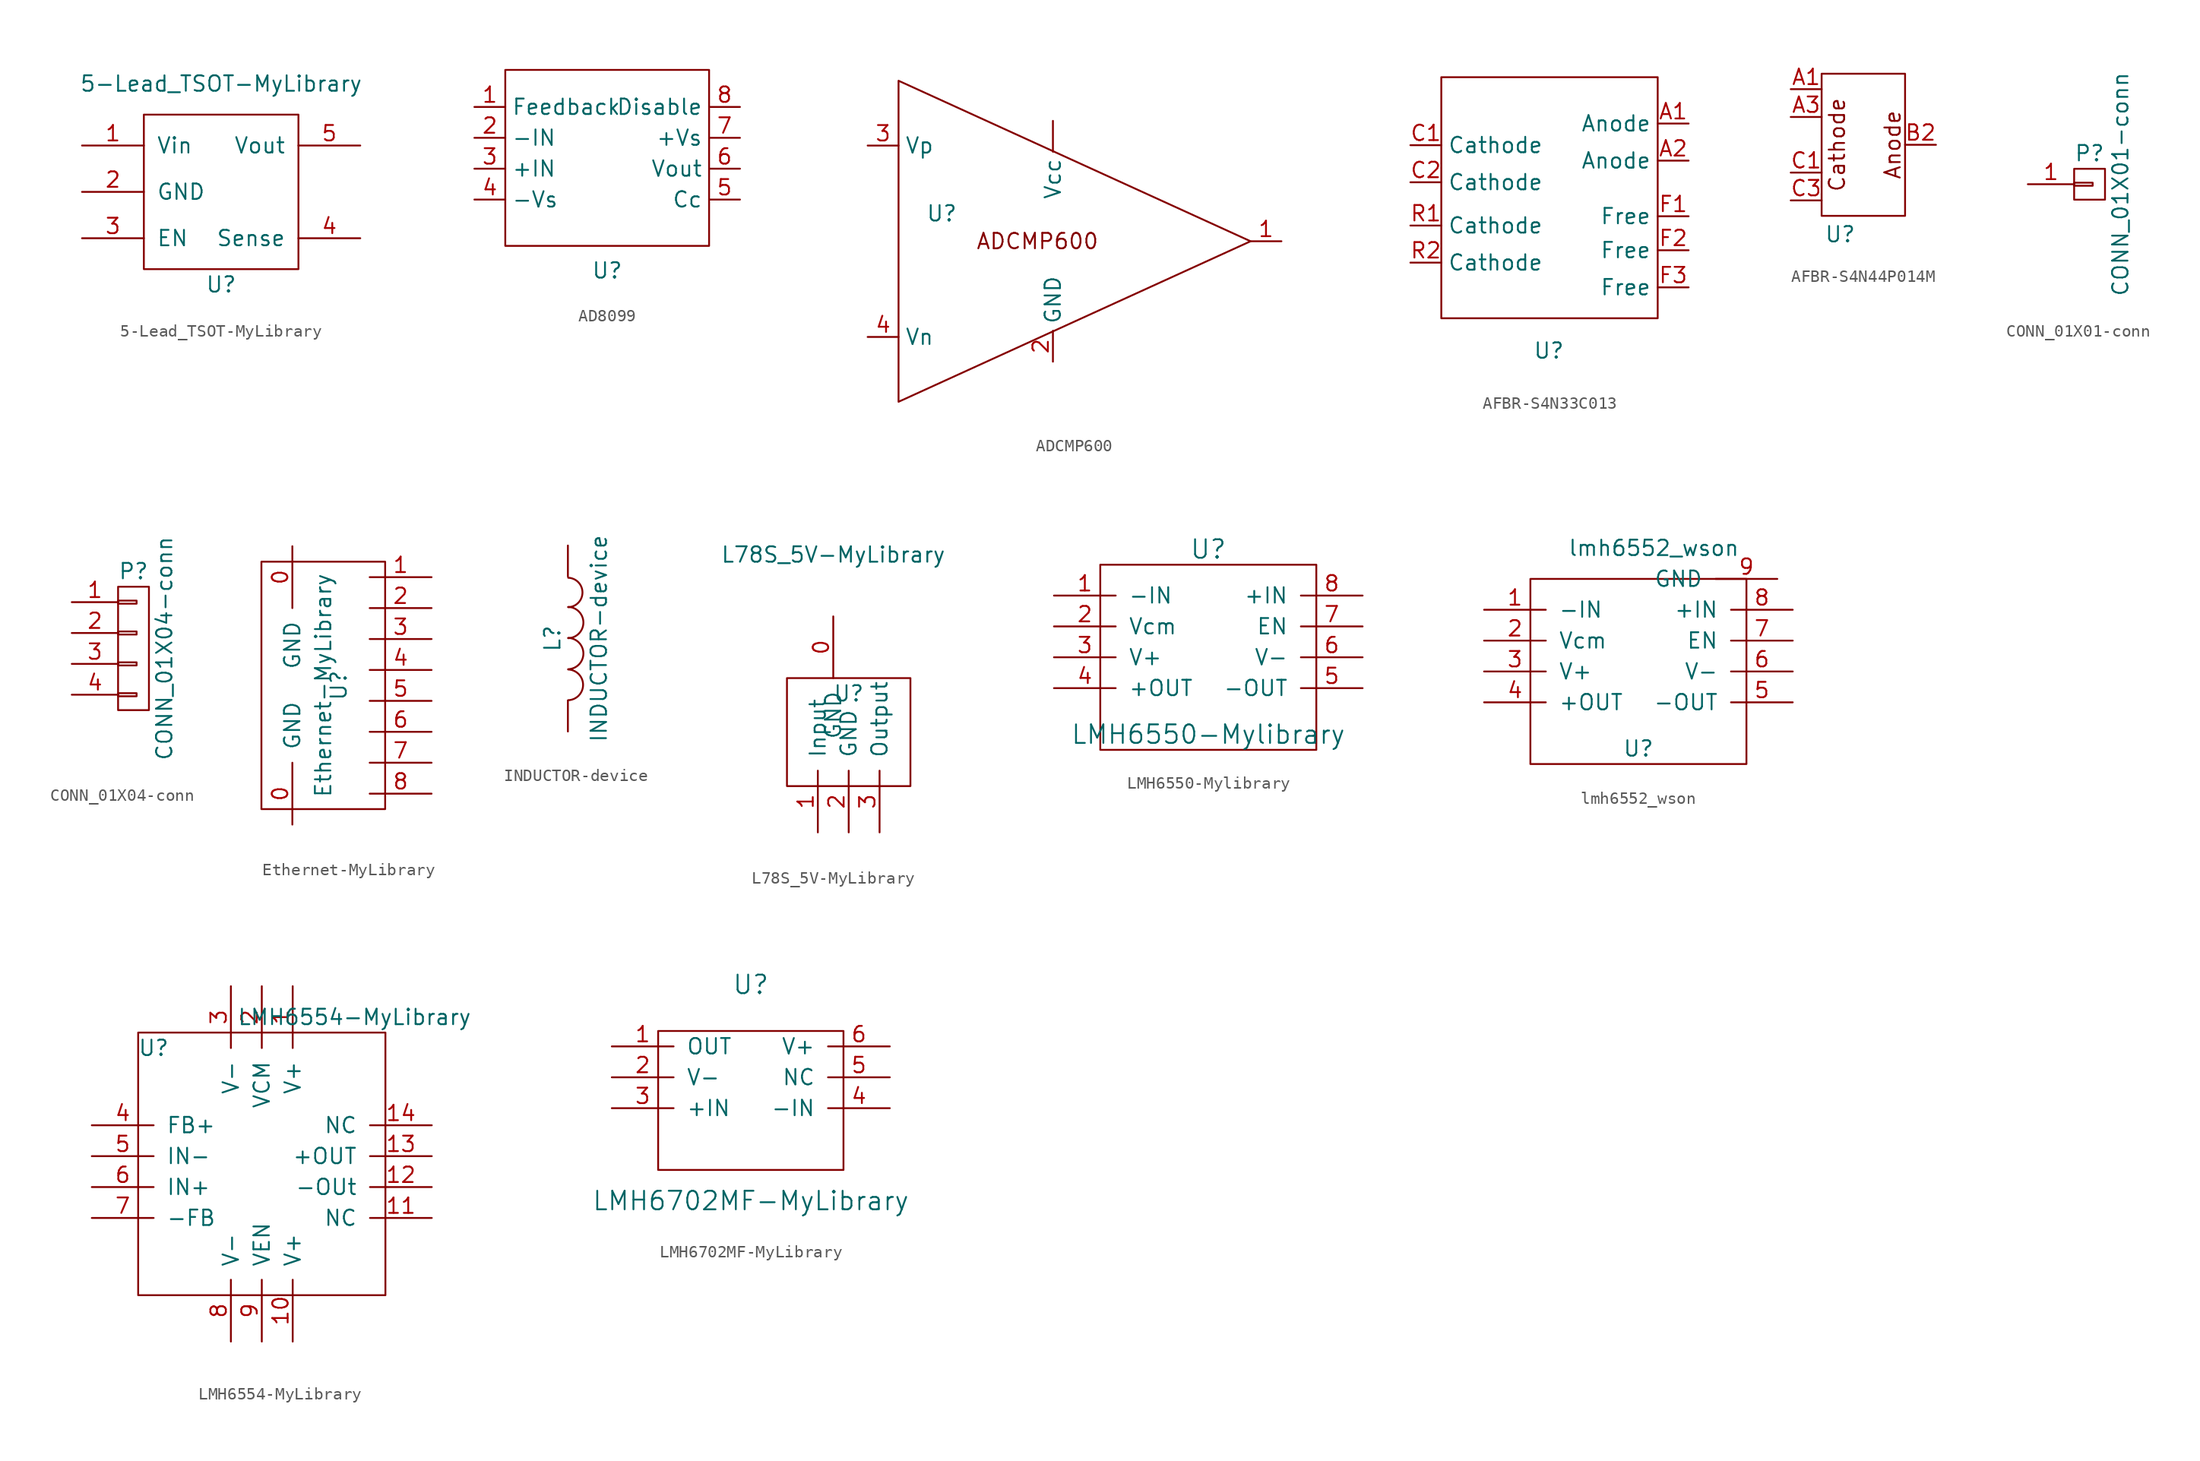
<source format=kicad_sym>
(kicad_symbol_lib
  (version 20220914)
  (generator kicad_symbol_editor)
  (symbol "5-Lead_TSOT-MyLibrary"
    (pin_names
      (offset 1.016))
    (property "Reference" "U"
      (at 0 -3.81 0)
      (effects (font (size 1.27 1.27))))
    (property "Value" "5-Lead_TSOT-MyLibrary"
      (at 0 12.7 0)
      (effects (font (size 1.27 1.27))))
    (symbol "5-Lead_TSOT-MyLibrary_0_1"
      (rectangle (start -6.35 10.16) (end 6.35 -2.54) (stroke (width 0) (type solid)) (fill (type none))))
    (symbol "5-Lead_TSOT-MyLibrary_1_1"
      (pin input line (at -11.43 7.62 0) (length 5.08) (name "Vin" (effects (font (size 1.27 1.27)))) (number "1" (effects (font (size 1.27 1.27)))))
      (pin input line (at -11.43 3.81 0) (length 5.08) (name "GND" (effects (font (size 1.27 1.27)))) (number "2" (effects (font (size 1.27 1.27)))))
      (pin input line (at -11.43 0 0) (length 5.08) (name "EN" (effects (font (size 1.27 1.27)))) (number "3" (effects (font (size 1.27 1.27)))))
      (pin input line (at 11.43 0 180) (length 5.08) (name "Sense" (effects (font (size 1.27 1.27)))) (number "4" (effects (font (size 1.27 1.27)))))
      (pin input line (at 11.43 7.62 180) (length 5.08) (name "Vout" (effects (font (size 1.27 1.27)))) (number "5" (effects (font (size 1.27 1.27)))))))
  (symbol "AD8099"
    (property "Reference" "U"
      (at 0 -4.826 0)
      (effects (font (size 1.27 1.27))))
    (property "Value" ""
      (at 0 0 0)
      (effects (font (size 1.27 1.27))))
    (symbol "AD8099_0_1"
      (rectangle (start -8.382 11.684) (end 8.382 -2.794) (stroke (width 0) (type default)) (fill (type none))))
    (symbol "AD8099_1_0"
      (pin input line (at -10.922 1.016 0) (length 2.54) (name "-Vs" (effects (font (size 1.27 1.27)))) (number "4" (effects (font (size 1.27 1.27)))))
      (pin input line (at 10.922 1.016 180) (length 2.54) (name "Cc" (effects (font (size 1.27 1.27)))) (number "5" (effects (font (size 1.27 1.27)))))
      (pin input line (at 10.922 3.556 180) (length 2.54) (name "Vout" (effects (font (size 1.27 1.27)))) (number "6" (effects (font (size 1.27 1.27)))))
      (pin input line (at 10.922 6.096 180) (length 2.54) (name "+Vs" (effects (font (size 1.27 1.27)))) (number "7" (effects (font (size 1.27 1.27)))))
      (pin input line (at 10.922 8.636 180) (length 2.54) (name "Disable" (effects (font (size 1.27 1.27)))) (number "8" (effects (font (size 1.27 1.27))))))
    (symbol "AD8099_1_1"
      (pin input line (at -10.922 8.636 0) (length 2.54) (name "Feedback" (effects (font (size 1.27 1.27)))) (number "1" (effects (font (size 1.27 1.27)))))
      (pin input line (at -10.922 6.096 0) (length 2.54) (name "-IN" (effects (font (size 1.27 1.27)))) (number "2" (effects (font (size 1.27 1.27)))))
      (pin input line (at -10.922 3.556 0) (length 2.54) (name "+IN" (effects (font (size 1.27 1.27)))) (number "3" (effects (font (size 1.27 1.27)))))))
  (symbol "ADCMP600"
    (property "Reference" "U"
      (at -9.144 2.286 0)
      (effects (font (size 1.27 1.27))))
    (property "Value" ""
      (at 0 0 0)
      (effects (font (size 1.27 1.27))))
    (symbol "ADCMP600_0_1"
      (polyline (pts (xy -12.7 -13.208) (xy -12.7 13.208) (xy 16.256 0) (xy -12.7 -13.208) (xy -12.7 -13.208)) (stroke (width 0) (type default)) (fill (type none))))
    (symbol "ADCMP600_1_1"
      (text "ADCMP600" (at -1.27 0 0) (effects (font (size 1.27 1.27))))
      (pin input line (at 0 9.906 270) (length 2.54) (name "Vcc" (effects (font (size 1.27 1.27)))) (number "" (effects (font (size 1.27 1.27)))))
      (pin output line (at 18.796 0 180) (length 2.54) (name "" (effects (font (size 1.27 1.27)))) (number "1" (effects (font (size 1.27 1.27)))))
      (pin input line (at 0 -9.906 90) (length 2.54) (name "GND" (effects (font (size 1.27 1.27)))) (number "2" (effects (font (size 1.27 1.27)))))
      (pin input line (at -15.24 7.874 0) (length 2.54) (name "Vp" (effects (font (size 1.27 1.27)))) (number "3" (effects (font (size 1.27 1.27)))))
      (pin input line (at -15.24 -7.874 0) (length 2.54) (name "Vn" (effects (font (size 1.27 1.27)))) (number "4" (effects (font (size 1.27 1.27)))))))
  (symbol "AFBR-S4N33C013"
    (property "Reference" "U"
      (at -0.051 -12.573 0)
      (effects (font (size 1.27 1.27))))
    (property "Value" ""
      (at 0 0 0)
      (effects (font (size 1.27 1.27))))
    (symbol "AFBR-S4N33C013_0_1"
      (rectangle (start -8.89 9.906) (end 8.89 -9.906) (stroke (width 0) (type default)) (fill (type none))))
    (symbol "AFBR-S4N33C013_1_1"
      (pin input line (at 11.43 6.096 180) (length 2.54) (name "Anode" (effects (font (size 1.27 1.27)))) (number "A1" (effects (font (size 1.27 1.27)))))
      (pin input line (at 11.43 3.048 180) (length 2.54) (name "Anode" (effects (font (size 1.27 1.27)))) (number "A2" (effects (font (size 1.27 1.27)))))
      (pin input line (at -11.43 4.318 0) (length 2.54) (name "Cathode" (effects (font (size 1.27 1.27)))) (number "C1" (effects (font (size 1.27 1.27)))))
      (pin input line (at -11.43 1.27 0) (length 2.54) (name "Cathode" (effects (font (size 1.27 1.27)))) (number "C2" (effects (font (size 1.27 1.27)))))
      (pin input line (at 11.43 -1.524 180) (length 2.54) (name "Free" (effects (font (size 1.27 1.27)))) (number "F1" (effects (font (size 1.27 1.27)))))
      (pin input line (at 11.43 -4.318 180) (length 2.54) (name "Free" (effects (font (size 1.27 1.27)))) (number "F2" (effects (font (size 1.27 1.27)))))
      (pin input line (at 11.43 -7.366 180) (length 2.54) (name "Free" (effects (font (size 1.27 1.27)))) (number "F3" (effects (font (size 1.27 1.27)))))
      (pin input line (at -11.43 -2.286 0) (length 2.54) (name "Cathode" (effects (font (size 1.27 1.27)))) (number "R1" (effects (font (size 1.27 1.27)))))
      (pin input line (at -11.43 -5.334 0) (length 2.54) (name "Cathode" (effects (font (size 1.27 1.27)))) (number "R2" (effects (font (size 1.27 1.27)))))))
  (symbol "AFBR-S4N44P014M"
    (property "Reference" "U"
      (at 0 -4.572 0)
      (effects (font (size 1.27 1.27))))
    (property "Value" ""
      (at 5.334 0 0)
      (effects (font (size 1.27 1.27))))
    (symbol "AFBR-S4N44P014M_0_1"
      (rectangle (start -1.524 8.636) (end 5.334 -3.048) (stroke (width 0) (type default)) (fill (type none))))
    (symbol "AFBR-S4N44P014M_1_1"
      (text "Anode" (at 4.318 2.794 900) (effects (font (size 1.27 1.27))))
      (text "Cathode" (at -0.254 2.794 900) (effects (font (size 1.27 1.27))))
      (pin input line (at -4.064 7.366 0) (length 2.54) (name "" (effects (font (size 1.27 1.27)))) (number "A1" (effects (font (size 1.27 1.27)))))
      (pin input line (at -4.064 5.08 0) (length 2.54) (name "" (effects (font (size 1.27 1.27)))) (number "A3" (effects (font (size 1.27 1.27)))))
      (pin input line (at 7.874 2.794 180) (length 2.54) (name "" (effects (font (size 1.27 1.27)))) (number "B2" (effects (font (size 1.27 1.27)))))
      (pin input line (at -4.064 0.508 0) (length 2.54) (name "" (effects (font (size 1.27 1.27)))) (number "C1" (effects (font (size 1.27 1.27)))))
      (pin input line (at -4.064 -1.778 0) (length 2.54) (name "" (effects (font (size 1.27 1.27)))) (number "C3" (effects (font (size 1.27 1.27)))))))
  (symbol "CONN_01X01-conn"
    (pin_names
      (offset 1.016) hide)
    (property "Reference" "P"
      (at 0 2.54 0)
      (effects (font (size 1.27 1.27))))
    (property "Value" "CONN_01X01-conn"
      (at 2.54 0 90)
      (effects (font (size 1.27 1.27))))
    (property "Footprint" ""
      (at 0 0 0)
      (effects (font (size 1.27 1.27))))
    (property "Datasheet" ""
      (at 0 0 0)
      (effects (font (size 1.27 1.27))))
    (symbol "CONN_01X01-conn_0_1"
      (rectangle (start -1.27 0.127) (end 0.254 -0.127) (stroke (width 0) (type solid)) (fill (type none)))
      (rectangle (start -1.27 1.27) (end 1.27 -1.27) (stroke (width 0) (type solid)) (fill (type none))))
    (symbol "CONN_01X01-conn_1_1"
      (pin passive line (at -5.08 0 0) (length 3.81) (name "P1" (effects (font (size 1.27 1.27)))) (number "1" (effects (font (size 1.27 1.27)))))))
  (symbol "CONN_01X04-conn"
    (pin_names
      (offset 1.016) hide)
    (property "Reference" "P"
      (at 0 6.35 0)
      (effects (font (size 1.27 1.27))))
    (property "Value" "CONN_01X04-conn"
      (at 2.54 0 90)
      (effects (font (size 1.27 1.27))))
    (property "Footprint" ""
      (at 0 0 0)
      (effects (font (size 1.27 1.27))))
    (property "Datasheet" ""
      (at 0 0 0)
      (effects (font (size 1.27 1.27))))
    (symbol "CONN_01X04-conn_0_1"
      (rectangle (start -1.27 -3.683) (end 0.254 -3.937) (stroke (width 0) (type solid)) (fill (type none)))
      (rectangle (start -1.27 -1.143) (end 0.254 -1.397) (stroke (width 0) (type solid)) (fill (type none)))
      (rectangle (start -1.27 1.397) (end 0.254 1.143) (stroke (width 0) (type solid)) (fill (type none)))
      (rectangle (start -1.27 3.937) (end 0.254 3.683) (stroke (width 0) (type solid)) (fill (type none)))
      (rectangle (start -1.27 5.08) (end 1.27 -5.08) (stroke (width 0) (type solid)) (fill (type none))))
    (symbol "CONN_01X04-conn_1_1"
      (pin passive line (at -5.08 3.81 0) (length 3.81) (name "P1" (effects (font (size 1.27 1.27)))) (number "1" (effects (font (size 1.27 1.27)))))
      (pin passive line (at -5.08 1.27 0) (length 3.81) (name "P2" (effects (font (size 1.27 1.27)))) (number "2" (effects (font (size 1.27 1.27)))))
      (pin passive line (at -5.08 -1.27 0) (length 3.81) (name "P3" (effects (font (size 1.27 1.27)))) (number "3" (effects (font (size 1.27 1.27)))))
      (pin passive line (at -5.08 -3.81 0) (length 3.81) (name "P4" (effects (font (size 1.27 1.27)))) (number "4" (effects (font (size 1.27 1.27)))))))
  (symbol "Ethernet-MyLibrary"
    (pin_names
      (offset 1.016))
    (property "Reference" "U"
      (at 3.81 0 90)
      (effects (font (size 1.27 1.27))))
    (property "Value" "Ethernet-MyLibrary"
      (at 2.54 0 90)
      (effects (font (size 1.27 1.27))))
    (symbol "Ethernet-MyLibrary_0_1"
      (rectangle (start -2.54 10.16) (end 7.62 -10.16) (stroke (width 0) (type solid)) (fill (type none))))
    (symbol "Ethernet-MyLibrary_1_1"
      (pin input line (at 0 -11.43 90) (length 5.08) (name "GND" (effects (font (size 1.27 1.27)))) (number "0" (effects (font (size 1.27 1.27)))))
      (pin input line (at 0 11.43 270) (length 5.08) (name "GND" (effects (font (size 1.27 1.27)))) (number "0" (effects (font (size 1.27 1.27)))))
      (pin input line (at 11.43 8.89 180) (length 5.08) (name "~" (effects (font (size 1.27 1.27)))) (number "1" (effects (font (size 1.27 1.27)))))
      (pin input line (at 11.43 6.35 180) (length 5.08) (name "~" (effects (font (size 1.27 1.27)))) (number "2" (effects (font (size 1.27 1.27)))))
      (pin input line (at 11.43 3.81 180) (length 5.08) (name "~" (effects (font (size 1.27 1.27)))) (number "3" (effects (font (size 1.27 1.27)))))
      (pin input line (at 11.43 1.27 180) (length 5.08) (name "~" (effects (font (size 1.27 1.27)))) (number "4" (effects (font (size 1.27 1.27)))))
      (pin input line (at 11.43 -1.27 180) (length 5.08) (name "~" (effects (font (size 1.27 1.27)))) (number "5" (effects (font (size 1.27 1.27)))))
      (pin input line (at 11.43 -3.81 180) (length 5.08) (name "~" (effects (font (size 1.27 1.27)))) (number "6" (effects (font (size 1.27 1.27)))))
      (pin input line (at 11.43 -6.35 180) (length 5.08) (name "~" (effects (font (size 1.27 1.27)))) (number "7" (effects (font (size 1.27 1.27)))))
      (pin input line (at 11.43 -8.89 180) (length 5.08) (name "~" (effects (font (size 1.27 1.27)))) (number "8" (effects (font (size 1.27 1.27)))))))
  (symbol "INDUCTOR-device"
    (pin_numbers hide)
    (pin_names
      (offset 1.016) hide)
    (property "Reference" "L"
      (at -1.27 0 90)
      (effects (font (size 1.27 1.27))))
    (property "Value" "INDUCTOR-device"
      (at 2.54 0 90)
      (effects (font (size 1.27 1.27))))
    (property "Footprint" ""
      (at 0 0 0)
      (effects (font (size 1.27 1.27))))
    (property "Datasheet" ""
      (at 0 0 0)
      (effects (font (size 1.27 1.27))))
    (symbol "INDUCTOR-device_0_1"
      (arc (start 0.0254 -5.0546) (mid 1.2449 -3.8097) (end 0.0254 -2.54) (stroke (width 0) (type solid)) (fill (type none)))
      (arc (start 0.0254 -2.5146) (mid 1.2703 -1.2444) (end 0.0254 0.0508) (stroke (width 0) (type solid)) (fill (type none)))
      (arc (start 0.0254 0.0254) (mid 1.2703 1.2956) (end 0.0254 2.5908) (stroke (width 0) (type solid)) (fill (type none)))
      (arc (start 0.0254 2.5654) (mid 1.1941 3.7595) (end 0.0254 4.9784) (stroke (width 0) (type solid)) (fill (type none))))
    (symbol "INDUCTOR-device_1_1"
      (pin passive line (at 0 7.62 270) (length 2.54) (name "1" (effects (font (size 1.27 1.27)))) (number "1" (effects (font (size 1.27 1.27)))))
      (pin passive line (at 0 -7.62 90) (length 2.54) (name "2" (effects (font (size 1.27 1.27)))) (number "2" (effects (font (size 1.27 1.27)))))))
  (symbol "L78S_5V-MyLibrary"
    (pin_names
      (offset 1.016))
    (property "Reference" "U"
      (at 0 2.54 0)
      (effects (font (size 1.27 1.27))))
    (property "Value" "L78S_5V-MyLibrary"
      (at -1.27 13.97 0)
      (effects (font (size 1.27 1.27))))
    (symbol "L78S_5V-MyLibrary_0_1"
      (rectangle (start -5.08 3.81) (end 5.08 -5.08) (stroke (width 0) (type solid)) (fill (type none))))
    (symbol "L78S_5V-MyLibrary_1_1"
      (pin input line (at -1.27 8.89 270) (length 5.08) (name "GND" (effects (font (size 1.27 1.27)))) (number "0" (effects (font (size 1.27 1.27)))))
      (pin input line (at -2.54 -8.89 90) (length 5.08) (name "Input" (effects (font (size 1.27 1.27)))) (number "1" (effects (font (size 1.27 1.27)))))
      (pin input line (at 0 -8.89 90) (length 5.08) (name "GND" (effects (font (size 1.27 1.27)))) (number "2" (effects (font (size 1.27 1.27)))))
      (pin input line (at 2.54 -8.89 90) (length 5.08) (name "Output" (effects (font (size 1.27 1.27)))) (number "3" (effects (font (size 1.27 1.27)))))))
  (symbol "LMH6550-Mylibrary"
    (pin_names
      (offset 1.016))
    (property "Reference" "U"
      (at 0 7.62 0)
      (effects (font (size 1.524 1.524))))
    (property "Value" "LMH6550-Mylibrary"
      (at 0 -7.62 0)
      (effects (font (size 1.524 1.524))))
    (property "Footprint" ""
      (at 0 0 0)
      (effects (font (size 1.524 1.524))))
    (property "Datasheet" ""
      (at 0 0 0)
      (effects (font (size 1.524 1.524))))
    (symbol "LMH6550-Mylibrary_0_1"
      (rectangle (start -8.89 6.35) (end 8.89 -8.89) (stroke (width 0) (type solid)) (fill (type none))))
    (symbol "LMH6550-Mylibrary_1_1"
      (pin input line (at -12.7 3.81 0) (length 5.08) (name "-IN" (effects (font (size 1.27 1.27)))) (number "1" (effects (font (size 1.27 1.27)))))
      (pin input line (at -12.7 1.27 0) (length 5.08) (name "Vcm" (effects (font (size 1.27 1.27)))) (number "2" (effects (font (size 1.27 1.27)))))
      (pin input line (at -12.7 -1.27 0) (length 5.08) (name "V+" (effects (font (size 1.27 1.27)))) (number "3" (effects (font (size 1.27 1.27)))))
      (pin input line (at -12.7 -3.81 0) (length 5.08) (name "+OUT" (effects (font (size 1.27 1.27)))) (number "4" (effects (font (size 1.27 1.27)))))
      (pin input line (at 12.7 -3.81 180) (length 5.08) (name "-OUT" (effects (font (size 1.27 1.27)))) (number "5" (effects (font (size 1.27 1.27)))))
      (pin input line (at 12.7 -1.27 180) (length 5.08) (name "V-" (effects (font (size 1.27 1.27)))) (number "6" (effects (font (size 1.27 1.27)))))
      (pin input line (at 12.7 1.27 180) (length 5.08) (name "EN" (effects (font (size 1.27 1.27)))) (number "7" (effects (font (size 1.27 1.27)))))
      (pin input line (at 12.7 3.81 180) (length 5.08) (name "+IN" (effects (font (size 1.27 1.27)))) (number "8" (effects (font (size 1.27 1.27)))))))
  (symbol "lmh6552_wson"
    (pin_names
      (offset 1.016))
    (property "Reference" "U"
      (at 0 -7.62 0)
      (effects (font (size 1.27 1.27))))
    (property "Value" "lmh6552_wson"
      (at 1.27 8.89 0)
      (effects (font (size 1.27 1.27))))
    (symbol "lmh6552_wson_1_1"
      (rectangle (start -8.89 6.35) (end 8.89 -8.89) (stroke (width 0) (type solid)) (fill (type none)))
      (pin input line (at -12.7 3.81 0) (length 5.08) (name "-IN" (effects (font (size 1.27 1.27)))) (number "1" (effects (font (size 1.27 1.27)))))
      (pin input line (at -12.7 1.27 0) (length 5.08) (name "Vcm" (effects (font (size 1.27 1.27)))) (number "2" (effects (font (size 1.27 1.27)))))
      (pin input line (at -12.7 -1.27 0) (length 5.08) (name "V+" (effects (font (size 1.27 1.27)))) (number "3" (effects (font (size 1.27 1.27)))))
      (pin input line (at -12.7 -3.81 0) (length 5.08) (name "+OUT" (effects (font (size 1.27 1.27)))) (number "4" (effects (font (size 1.27 1.27)))))
      (pin input line (at 12.7 -3.81 180) (length 5.08) (name "-OUT" (effects (font (size 1.27 1.27)))) (number "5" (effects (font (size 1.27 1.27)))))
      (pin input line (at 12.7 -1.27 180) (length 5.08) (name "V-" (effects (font (size 1.27 1.27)))) (number "6" (effects (font (size 1.27 1.27)))))
      (pin input line (at 12.7 1.27 180) (length 5.08) (name "EN" (effects (font (size 1.27 1.27)))) (number "7" (effects (font (size 1.27 1.27)))))
      (pin input line (at 12.7 3.81 180) (length 5.08) (name "+IN" (effects (font (size 1.27 1.27)))) (number "8" (effects (font (size 1.27 1.27)))))
      (pin input line (at 11.43 6.35 180) (length 5.08) (name "GND" (effects (font (size 1.27 1.27)))) (number "9" (effects (font (size 1.27 1.27)))))))
  (symbol "LMH6554-MyLibrary"
    (pin_names
      (offset 1.016))
    (property "Reference" "U"
      (at -8.89 10.16 0)
      (effects (font (size 1.27 1.27))))
    (property "Value" "LMH6554-MyLibrary"
      (at 7.62 12.7 0)
      (effects (font (size 1.27 1.27))))
    (symbol "LMH6554-MyLibrary_0_1"
      (rectangle (start -10.16 11.43) (end 10.16 -10.16) (stroke (width 0) (type solid)) (fill (type none))))
    (symbol "LMH6554-MyLibrary_1_1"
      (pin input line (at 2.54 15.24 270) (length 5.08) (name "V+" (effects (font (size 1.27 1.27)))) (number "1" (effects (font (size 1.27 1.27)))))
      (pin input line (at 2.54 -13.97 90) (length 5.08) (name "V+" (effects (font (size 1.27 1.27)))) (number "10" (effects (font (size 1.27 1.27)))))
      (pin input line (at 13.97 -3.81 180) (length 5.08) (name "NC" (effects (font (size 1.27 1.27)))) (number "11" (effects (font (size 1.27 1.27)))))
      (pin input line (at 13.97 -1.27 180) (length 5.08) (name "-OUt" (effects (font (size 1.27 1.27)))) (number "12" (effects (font (size 1.27 1.27)))))
      (pin input line (at 13.97 1.27 180) (length 5.08) (name "+OUT" (effects (font (size 1.27 1.27)))) (number "13" (effects (font (size 1.27 1.27)))))
      (pin input line (at 13.97 3.81 180) (length 5.08) (name "NC" (effects (font (size 1.27 1.27)))) (number "14" (effects (font (size 1.27 1.27)))))
      (pin input line (at 0 15.24 270) (length 5.08) (name "VCM" (effects (font (size 1.27 1.27)))) (number "2" (effects (font (size 1.27 1.27)))))
      (pin input line (at -2.54 15.24 270) (length 5.08) (name "V-" (effects (font (size 1.27 1.27)))) (number "3" (effects (font (size 1.27 1.27)))))
      (pin input line (at -13.97 3.81 0) (length 5.08) (name "FB+" (effects (font (size 1.27 1.27)))) (number "4" (effects (font (size 1.27 1.27)))))
      (pin input line (at -13.97 1.27 0) (length 5.08) (name "IN-" (effects (font (size 1.27 1.27)))) (number "5" (effects (font (size 1.27 1.27)))))
      (pin input line (at -13.97 -1.27 0) (length 5.08) (name "IN+" (effects (font (size 1.27 1.27)))) (number "6" (effects (font (size 1.27 1.27)))))
      (pin input line (at -13.97 -3.81 0) (length 5.08) (name "-FB" (effects (font (size 1.27 1.27)))) (number "7" (effects (font (size 1.27 1.27)))))
      (pin input line (at -2.54 -13.97 90) (length 5.08) (name "V-" (effects (font (size 1.27 1.27)))) (number "8" (effects (font (size 1.27 1.27)))))
      (pin input line (at 0 -13.97 90) (length 5.08) (name "VEN" (effects (font (size 1.27 1.27)))) (number "9" (effects (font (size 1.27 1.27)))))))
  (symbol "LMH6702MF-MyLibrary"
    (pin_names
      (offset 1.016))
    (property "Reference" "U"
      (at 0 7.62 0)
      (effects (font (size 1.524 1.524))))
    (property "Value" "LMH6702MF-MyLibrary"
      (at 0 -10.16 0)
      (effects (font (size 1.524 1.524))))
    (property "Footprint" ""
      (at 0 0 0)
      (effects (font (size 1.524 1.524))))
    (property "Datasheet" ""
      (at 0 0 0)
      (effects (font (size 1.524 1.524))))
    (symbol "LMH6702MF-MyLibrary_0_1"
      (rectangle (start -7.62 3.81) (end 7.62 -7.62) (stroke (width 0) (type solid)) (fill (type none))))
    (symbol "LMH6702MF-MyLibrary_1_1"
      (pin input line (at -11.43 2.54 0) (length 5.08) (name "OUT" (effects (font (size 1.27 1.27)))) (number "1" (effects (font (size 1.27 1.27)))))
      (pin input line (at -11.43 0 0) (length 5.08) (name "V-" (effects (font (size 1.27 1.27)))) (number "2" (effects (font (size 1.27 1.27)))))
      (pin input line (at -11.43 -2.54 0) (length 5.08) (name "+IN" (effects (font (size 1.27 1.27)))) (number "3" (effects (font (size 1.27 1.27)))))
      (pin input line (at 11.43 -2.54 180) (length 5.08) (name "-IN" (effects (font (size 1.27 1.27)))) (number "4" (effects (font (size 1.27 1.27)))))
      (pin input line (at 11.43 0 180) (length 5.08) (name "NC" (effects (font (size 1.27 1.27)))) (number "5" (effects (font (size 1.27 1.27)))))
      (pin input line (at 11.43 2.54 180) (length 5.08) (name "V+" (effects (font (size 1.27 1.27)))) (number "6" (effects (font (size 1.27 1.27))))))))
</source>
